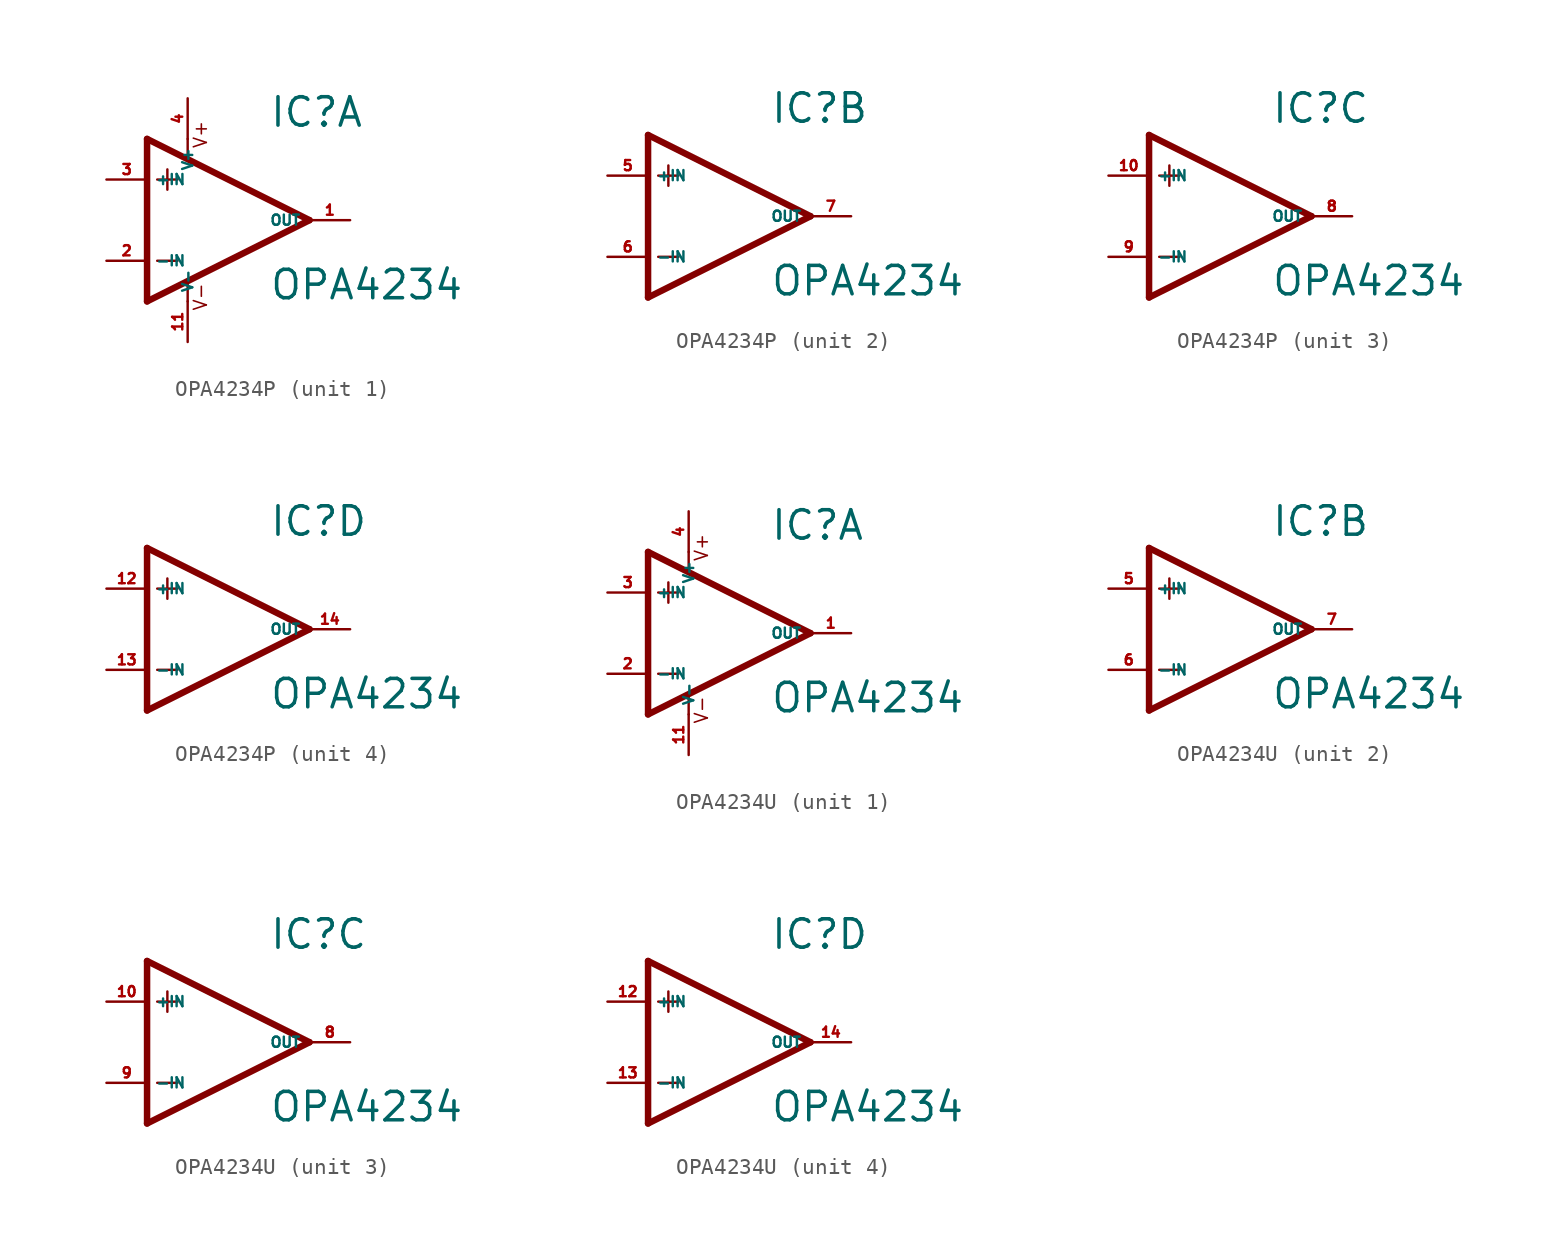
<source format=kicad_sym>
(kicad_symbol_lib
  (version 20220914)
  (generator Eagle2Kicad)
  (symbol "OPA4234P"
    (property "Reference" "IC"
      (at 2.54 5.715 0)
      (effects (font (size 1.778 1.778) (thickness 0.22)) (justify left bottom)))
    (property "Value" "OPA4234"
      (at 2.54 -5.08 0)
      (effects (font (size 1.778 1.778) (thickness 0.22)) (justify left bottom)))
    (symbol "OPA4234P_1_0"
      (polyline (pts (xy -3.81 3.175) (xy -3.81 1.905)) (stroke (width 0.152) (type default)) (fill (type none)))
      (polyline (pts (xy -4.445 2.54) (xy -3.175 2.54)) (stroke (width 0.152) (type default)) (fill (type none)))
      (polyline (pts (xy -4.445 -2.54) (xy -3.175 -2.54)) (stroke (width 0.152) (type default)) (fill (type none)))
      (polyline (pts (xy -2.54 5.08) (xy -2.54 3.886)) (stroke (width 0.152) (type default)) (fill (type none)))
      (polyline (pts (xy -2.54 -3.912) (xy -2.54 -5.08)) (stroke (width 0.152) (type default)) (fill (type none)))
      (polyline (pts (xy 5.08 0) (xy -5.08 5.08)) (stroke (width 0.406) (type default)) (fill (type none)))
      (polyline (pts (xy -5.08 5.08) (xy -5.08 -5.08)) (stroke (width 0.406) (type default)) (fill (type none)))
      (polyline (pts (xy -5.08 -5.08) (xy 5.08 0)) (stroke (width 0.406) (type default)) (fill (type none)))
      (text "V+" (at -1.27 4.445 900) (effects (font (size 0.813 0.813) (thickness 0.10)) (justify left bottom)))
      (text "V-" (at -1.27 -5.715 900) (effects (font (size 0.813 0.813) (thickness 0.10)) (justify left bottom)))
      (pin input line (at -7.62 -2.54 0) (length 2.54) (name "-IN" (effects (font (size 0.635 0.635) (thickness 0.08)) (justify left bottom))) (number "2" (effects (font (size 0.635 0.635) (thickness 0.08)) (justify left bottom))))
      (pin input line (at -7.62 2.54 0) (length 2.54) (name "+IN" (effects (font (size 0.635 0.635) (thickness 0.08)) (justify left bottom))) (number "3" (effects (font (size 0.635 0.635) (thickness 0.08)) (justify left bottom))))
      (pin output line (at 7.62 0 180) (length 2.54) (name "OUT" (effects (font (size 0.635 0.635) (thickness 0.08)) (justify left bottom))) (number "1" (effects (font (size 0.635 0.635) (thickness 0.08)) (justify left bottom))))
      (pin unspecified line (at -2.54 7.62 270) (length 2.54) (name "V+" (effects (font (size 0.635 0.635) (thickness 0.08)) (justify left bottom))) (number "4" (effects (font (size 0.635 0.635) (thickness 0.08)) (justify left bottom))))
      (pin unspecified line (at -2.54 -7.62 90) (length 2.54) (name "V-" (effects (font (size 0.635 0.635) (thickness 0.08)) (justify left bottom))) (number "11" (effects (font (size 0.635 0.635) (thickness 0.08)) (justify left bottom)))))
    (symbol "OPA4234P_2_0"
      (polyline (pts (xy -3.81 3.175) (xy -3.81 1.905)) (stroke (width 0.152) (type default)) (fill (type none)))
      (polyline (pts (xy -4.445 2.54) (xy -3.175 2.54)) (stroke (width 0.152) (type default)) (fill (type none)))
      (polyline (pts (xy -4.445 -2.54) (xy -3.175 -2.54)) (stroke (width 0.152) (type default)) (fill (type none)))
      (polyline (pts (xy 5.08 0) (xy -5.08 5.08)) (stroke (width 0.406) (type default)) (fill (type none)))
      (polyline (pts (xy -5.08 5.08) (xy -5.08 -5.08)) (stroke (width 0.406) (type default)) (fill (type none)))
      (polyline (pts (xy -5.08 -5.08) (xy 5.08 0)) (stroke (width 0.406) (type default)) (fill (type none)))
      (pin input line (at -7.62 -2.54 0) (length 2.54) (name "-IN" (effects (font (size 0.635 0.635) (thickness 0.08)) (justify left bottom))) (number "6" (effects (font (size 0.635 0.635) (thickness 0.08)) (justify left bottom))))
      (pin input line (at -7.62 2.54 0) (length 2.54) (name "+IN" (effects (font (size 0.635 0.635) (thickness 0.08)) (justify left bottom))) (number "5" (effects (font (size 0.635 0.635) (thickness 0.08)) (justify left bottom))))
      (pin output line (at 7.62 0 180) (length 2.54) (name "OUT" (effects (font (size 0.635 0.635) (thickness 0.08)) (justify left bottom))) (number "7" (effects (font (size 0.635 0.635) (thickness 0.08)) (justify left bottom)))))
    (symbol "OPA4234P_3_0"
      (polyline (pts (xy -3.81 3.175) (xy -3.81 1.905)) (stroke (width 0.152) (type default)) (fill (type none)))
      (polyline (pts (xy -4.445 2.54) (xy -3.175 2.54)) (stroke (width 0.152) (type default)) (fill (type none)))
      (polyline (pts (xy -4.445 -2.54) (xy -3.175 -2.54)) (stroke (width 0.152) (type default)) (fill (type none)))
      (polyline (pts (xy 5.08 0) (xy -5.08 5.08)) (stroke (width 0.406) (type default)) (fill (type none)))
      (polyline (pts (xy -5.08 5.08) (xy -5.08 -5.08)) (stroke (width 0.406) (type default)) (fill (type none)))
      (polyline (pts (xy -5.08 -5.08) (xy 5.08 0)) (stroke (width 0.406) (type default)) (fill (type none)))
      (pin input line (at -7.62 -2.54 0) (length 2.54) (name "-IN" (effects (font (size 0.635 0.635) (thickness 0.08)) (justify left bottom))) (number "9" (effects (font (size 0.635 0.635) (thickness 0.08)) (justify left bottom))))
      (pin input line (at -7.62 2.54 0) (length 2.54) (name "+IN" (effects (font (size 0.635 0.635) (thickness 0.08)) (justify left bottom))) (number "10" (effects (font (size 0.635 0.635) (thickness 0.08)) (justify left bottom))))
      (pin output line (at 7.62 0 180) (length 2.54) (name "OUT" (effects (font (size 0.635 0.635) (thickness 0.08)) (justify left bottom))) (number "8" (effects (font (size 0.635 0.635) (thickness 0.08)) (justify left bottom)))))
    (symbol "OPA4234P_4_0"
      (polyline (pts (xy -3.81 3.175) (xy -3.81 1.905)) (stroke (width 0.152) (type default)) (fill (type none)))
      (polyline (pts (xy -4.445 2.54) (xy -3.175 2.54)) (stroke (width 0.152) (type default)) (fill (type none)))
      (polyline (pts (xy -4.445 -2.54) (xy -3.175 -2.54)) (stroke (width 0.152) (type default)) (fill (type none)))
      (polyline (pts (xy 5.08 0) (xy -5.08 5.08)) (stroke (width 0.406) (type default)) (fill (type none)))
      (polyline (pts (xy -5.08 5.08) (xy -5.08 -5.08)) (stroke (width 0.406) (type default)) (fill (type none)))
      (polyline (pts (xy -5.08 -5.08) (xy 5.08 0)) (stroke (width 0.406) (type default)) (fill (type none)))
      (pin input line (at -7.62 -2.54 0) (length 2.54) (name "-IN" (effects (font (size 0.635 0.635) (thickness 0.08)) (justify left bottom))) (number "13" (effects (font (size 0.635 0.635) (thickness 0.08)) (justify left bottom))))
      (pin input line (at -7.62 2.54 0) (length 2.54) (name "+IN" (effects (font (size 0.635 0.635) (thickness 0.08)) (justify left bottom))) (number "12" (effects (font (size 0.635 0.635) (thickness 0.08)) (justify left bottom))))
      (pin output line (at 7.62 0 180) (length 2.54) (name "OUT" (effects (font (size 0.635 0.635) (thickness 0.08)) (justify left bottom))) (number "14" (effects (font (size 0.635 0.635) (thickness 0.08)) (justify left bottom))))))
  (symbol "OPA4234U"
    (property "Reference" "IC"
      (at 2.54 5.715 0)
      (effects (font (size 1.778 1.778) (thickness 0.22)) (justify left bottom)))
    (property "Value" "OPA4234"
      (at 2.54 -5.08 0)
      (effects (font (size 1.778 1.778) (thickness 0.22)) (justify left bottom)))
    (symbol "OPA4234U_1_0"
      (polyline (pts (xy -3.81 3.175) (xy -3.81 1.905)) (stroke (width 0.152) (type default)) (fill (type none)))
      (polyline (pts (xy -4.445 2.54) (xy -3.175 2.54)) (stroke (width 0.152) (type default)) (fill (type none)))
      (polyline (pts (xy -4.445 -2.54) (xy -3.175 -2.54)) (stroke (width 0.152) (type default)) (fill (type none)))
      (polyline (pts (xy -2.54 5.08) (xy -2.54 3.886)) (stroke (width 0.152) (type default)) (fill (type none)))
      (polyline (pts (xy -2.54 -3.912) (xy -2.54 -5.08)) (stroke (width 0.152) (type default)) (fill (type none)))
      (polyline (pts (xy 5.08 0) (xy -5.08 5.08)) (stroke (width 0.406) (type default)) (fill (type none)))
      (polyline (pts (xy -5.08 5.08) (xy -5.08 -5.08)) (stroke (width 0.406) (type default)) (fill (type none)))
      (polyline (pts (xy -5.08 -5.08) (xy 5.08 0)) (stroke (width 0.406) (type default)) (fill (type none)))
      (text "V+" (at -1.27 4.445 900) (effects (font (size 0.813 0.813) (thickness 0.10)) (justify left bottom)))
      (text "V-" (at -1.27 -5.715 900) (effects (font (size 0.813 0.813) (thickness 0.10)) (justify left bottom)))
      (pin input line (at -7.62 -2.54 0) (length 2.54) (name "-IN" (effects (font (size 0.635 0.635) (thickness 0.08)) (justify left bottom))) (number "2" (effects (font (size 0.635 0.635) (thickness 0.08)) (justify left bottom))))
      (pin input line (at -7.62 2.54 0) (length 2.54) (name "+IN" (effects (font (size 0.635 0.635) (thickness 0.08)) (justify left bottom))) (number "3" (effects (font (size 0.635 0.635) (thickness 0.08)) (justify left bottom))))
      (pin output line (at 7.62 0 180) (length 2.54) (name "OUT" (effects (font (size 0.635 0.635) (thickness 0.08)) (justify left bottom))) (number "1" (effects (font (size 0.635 0.635) (thickness 0.08)) (justify left bottom))))
      (pin unspecified line (at -2.54 7.62 270) (length 2.54) (name "V+" (effects (font (size 0.635 0.635) (thickness 0.08)) (justify left bottom))) (number "4" (effects (font (size 0.635 0.635) (thickness 0.08)) (justify left bottom))))
      (pin unspecified line (at -2.54 -7.62 90) (length 2.54) (name "V-" (effects (font (size 0.635 0.635) (thickness 0.08)) (justify left bottom))) (number "11" (effects (font (size 0.635 0.635) (thickness 0.08)) (justify left bottom)))))
    (symbol "OPA4234U_2_0"
      (polyline (pts (xy -3.81 3.175) (xy -3.81 1.905)) (stroke (width 0.152) (type default)) (fill (type none)))
      (polyline (pts (xy -4.445 2.54) (xy -3.175 2.54)) (stroke (width 0.152) (type default)) (fill (type none)))
      (polyline (pts (xy -4.445 -2.54) (xy -3.175 -2.54)) (stroke (width 0.152) (type default)) (fill (type none)))
      (polyline (pts (xy 5.08 0) (xy -5.08 5.08)) (stroke (width 0.406) (type default)) (fill (type none)))
      (polyline (pts (xy -5.08 5.08) (xy -5.08 -5.08)) (stroke (width 0.406) (type default)) (fill (type none)))
      (polyline (pts (xy -5.08 -5.08) (xy 5.08 0)) (stroke (width 0.406) (type default)) (fill (type none)))
      (pin input line (at -7.62 -2.54 0) (length 2.54) (name "-IN" (effects (font (size 0.635 0.635) (thickness 0.08)) (justify left bottom))) (number "6" (effects (font (size 0.635 0.635) (thickness 0.08)) (justify left bottom))))
      (pin input line (at -7.62 2.54 0) (length 2.54) (name "+IN" (effects (font (size 0.635 0.635) (thickness 0.08)) (justify left bottom))) (number "5" (effects (font (size 0.635 0.635) (thickness 0.08)) (justify left bottom))))
      (pin output line (at 7.62 0 180) (length 2.54) (name "OUT" (effects (font (size 0.635 0.635) (thickness 0.08)) (justify left bottom))) (number "7" (effects (font (size 0.635 0.635) (thickness 0.08)) (justify left bottom)))))
    (symbol "OPA4234U_3_0"
      (polyline (pts (xy -3.81 3.175) (xy -3.81 1.905)) (stroke (width 0.152) (type default)) (fill (type none)))
      (polyline (pts (xy -4.445 2.54) (xy -3.175 2.54)) (stroke (width 0.152) (type default)) (fill (type none)))
      (polyline (pts (xy -4.445 -2.54) (xy -3.175 -2.54)) (stroke (width 0.152) (type default)) (fill (type none)))
      (polyline (pts (xy 5.08 0) (xy -5.08 5.08)) (stroke (width 0.406) (type default)) (fill (type none)))
      (polyline (pts (xy -5.08 5.08) (xy -5.08 -5.08)) (stroke (width 0.406) (type default)) (fill (type none)))
      (polyline (pts (xy -5.08 -5.08) (xy 5.08 0)) (stroke (width 0.406) (type default)) (fill (type none)))
      (pin input line (at -7.62 -2.54 0) (length 2.54) (name "-IN" (effects (font (size 0.635 0.635) (thickness 0.08)) (justify left bottom))) (number "9" (effects (font (size 0.635 0.635) (thickness 0.08)) (justify left bottom))))
      (pin input line (at -7.62 2.54 0) (length 2.54) (name "+IN" (effects (font (size 0.635 0.635) (thickness 0.08)) (justify left bottom))) (number "10" (effects (font (size 0.635 0.635) (thickness 0.08)) (justify left bottom))))
      (pin output line (at 7.62 0 180) (length 2.54) (name "OUT" (effects (font (size 0.635 0.635) (thickness 0.08)) (justify left bottom))) (number "8" (effects (font (size 0.635 0.635) (thickness 0.08)) (justify left bottom)))))
    (symbol "OPA4234U_4_0"
      (polyline (pts (xy -3.81 3.175) (xy -3.81 1.905)) (stroke (width 0.152) (type default)) (fill (type none)))
      (polyline (pts (xy -4.445 2.54) (xy -3.175 2.54)) (stroke (width 0.152) (type default)) (fill (type none)))
      (polyline (pts (xy -4.445 -2.54) (xy -3.175 -2.54)) (stroke (width 0.152) (type default)) (fill (type none)))
      (polyline (pts (xy 5.08 0) (xy -5.08 5.08)) (stroke (width 0.406) (type default)) (fill (type none)))
      (polyline (pts (xy -5.08 5.08) (xy -5.08 -5.08)) (stroke (width 0.406) (type default)) (fill (type none)))
      (polyline (pts (xy -5.08 -5.08) (xy 5.08 0)) (stroke (width 0.406) (type default)) (fill (type none)))
      (pin input line (at -7.62 -2.54 0) (length 2.54) (name "-IN" (effects (font (size 0.635 0.635) (thickness 0.08)) (justify left bottom))) (number "13" (effects (font (size 0.635 0.635) (thickness 0.08)) (justify left bottom))))
      (pin input line (at -7.62 2.54 0) (length 2.54) (name "+IN" (effects (font (size 0.635 0.635) (thickness 0.08)) (justify left bottom))) (number "12" (effects (font (size 0.635 0.635) (thickness 0.08)) (justify left bottom))))
      (pin output line (at 7.62 0 180) (length 2.54) (name "OUT" (effects (font (size 0.635 0.635) (thickness 0.08)) (justify left bottom))) (number "14" (effects (font (size 0.635 0.635) (thickness 0.08)) (justify left bottom)))))))
</source>
